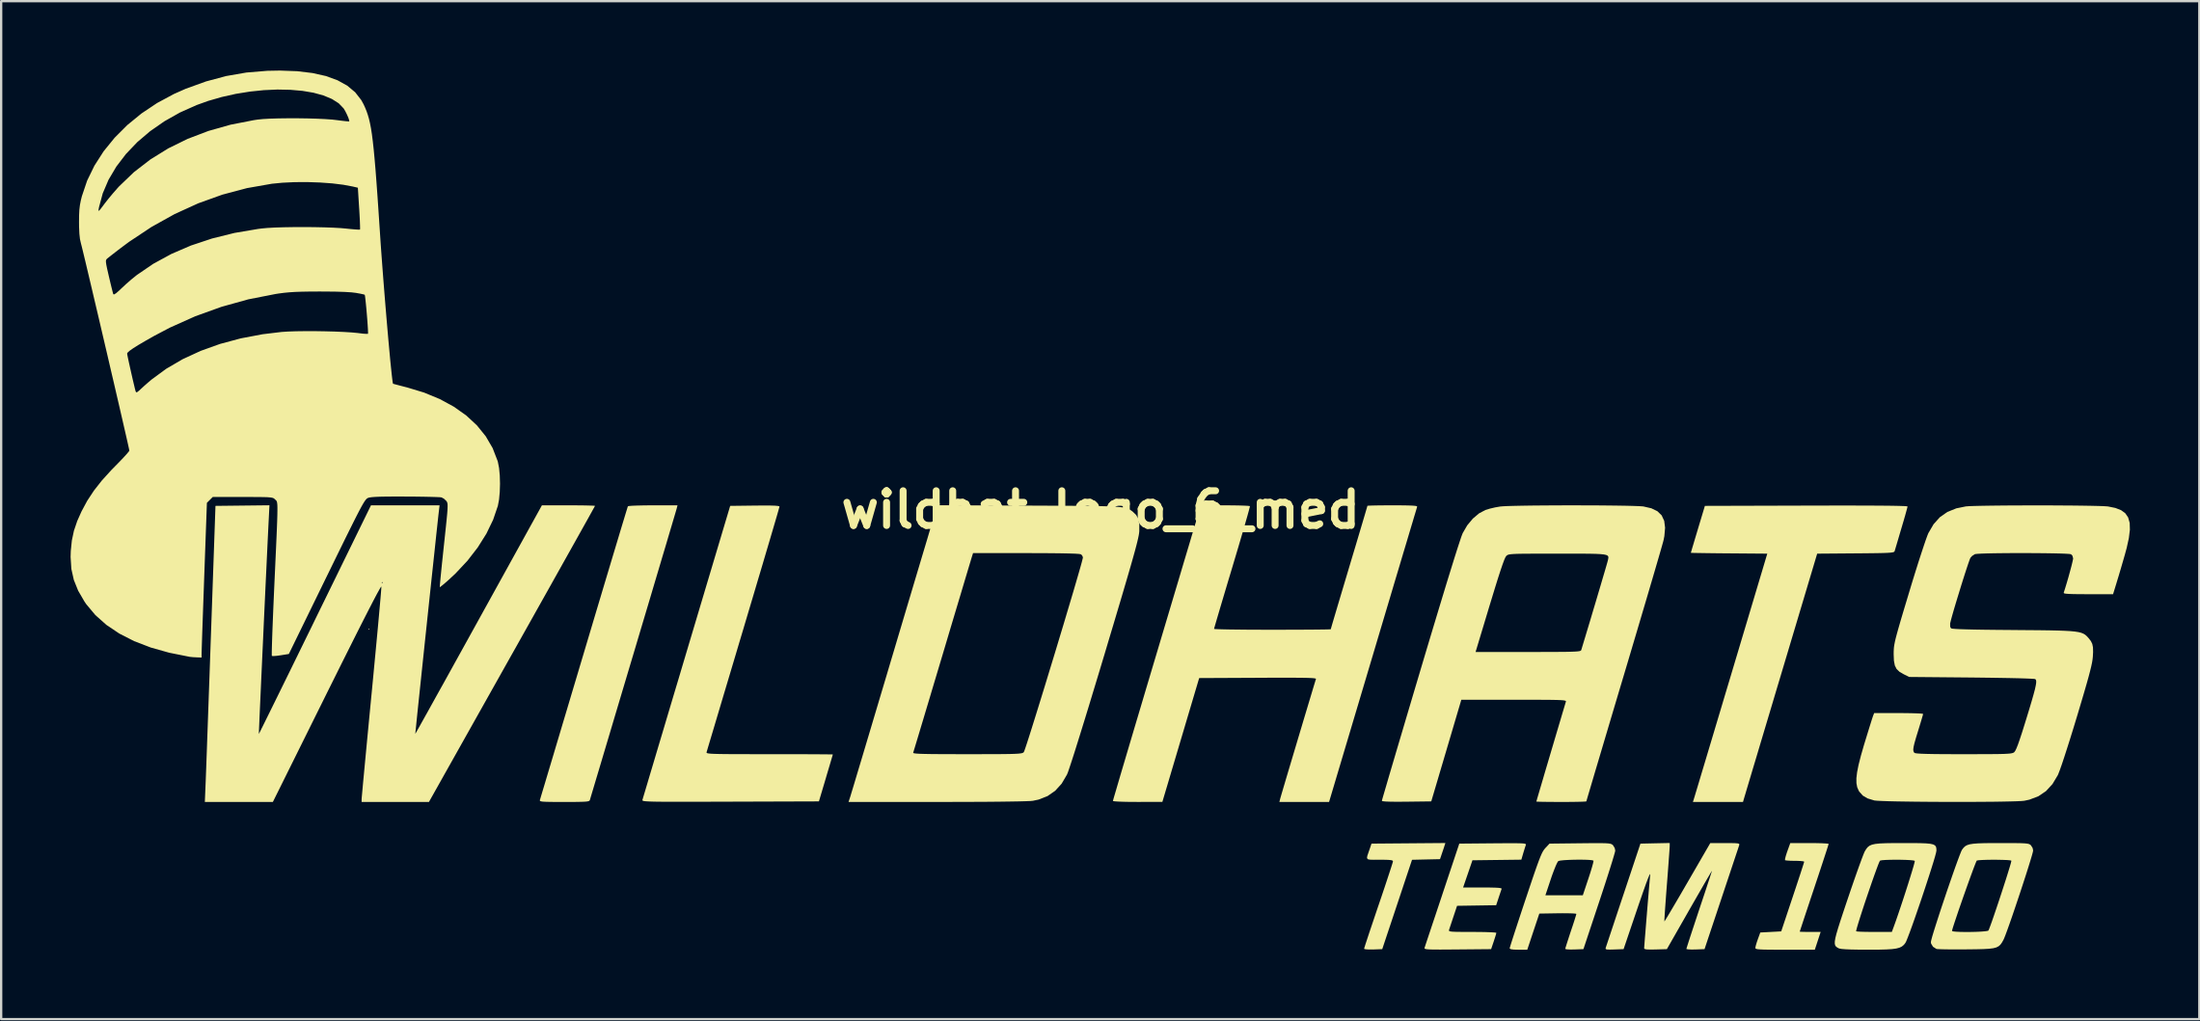
<source format=kicad_pcb>
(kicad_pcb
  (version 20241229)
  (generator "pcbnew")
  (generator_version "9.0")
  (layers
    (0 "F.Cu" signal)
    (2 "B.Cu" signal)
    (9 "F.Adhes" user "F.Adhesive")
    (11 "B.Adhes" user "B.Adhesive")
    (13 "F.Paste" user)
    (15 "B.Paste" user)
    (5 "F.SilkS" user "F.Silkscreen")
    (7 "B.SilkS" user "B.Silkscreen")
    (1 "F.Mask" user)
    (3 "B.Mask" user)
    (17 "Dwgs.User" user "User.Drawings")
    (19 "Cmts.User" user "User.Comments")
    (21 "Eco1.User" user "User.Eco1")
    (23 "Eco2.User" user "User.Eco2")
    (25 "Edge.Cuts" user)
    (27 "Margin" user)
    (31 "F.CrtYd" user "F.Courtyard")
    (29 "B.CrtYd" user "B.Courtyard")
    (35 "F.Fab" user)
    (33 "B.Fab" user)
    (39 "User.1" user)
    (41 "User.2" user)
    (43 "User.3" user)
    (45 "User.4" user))
  (footprint "wildhat_logo_6_med"
    (layer "F.Cu")
    (at 44.503 18.982)
    (property "Reference" "wildhat_logo_6_med" (at 0 0 0) (layer "F.SilkS") (effects (font (size 1.5 1.5) (thickness 0.3))))
    (attr board_only exclude_from_pos_files exclude_from_bom)
    (fp_poly (pts (xy -31.594 5.162) (xy -31.618 5.186) (xy -31.642 5.162) (xy -31.618 5.138)) (stroke (width 0) (type solid)) (fill yes) (layer "F.SilkS"))
    (fp_poly (pts (xy 14.857 14.512) (xy 14.822 14.621) (xy 14.77 14.775) (xy 14.741 14.861) (xy 14.66 15.101) (xy 14.055 15.114) (xy 13.451 15.128) (xy 12.808 17.059) (xy 12.164 18.99) (xy 11.772 19.004) (xy 11.588 19.005) (xy 11.452 18.997) (xy 11.384 18.98) (xy 11.38 18.973) (xy 11.395 18.92) (xy 11.437 18.785) (xy 11.505 18.579) (xy 11.593 18.312) (xy 11.7 17.993) (xy 11.821 17.634) (xy 11.953 17.242) (xy 12.004 17.093) (xy 12.14 16.692) (xy 12.266 16.317) (xy 12.378 15.98) (xy 12.473 15.69) (xy 12.549 15.457) (xy 12.601 15.291) (xy 12.626 15.202) (xy 12.628 15.191) (xy 12.609 15.162) (xy 12.545 15.143) (xy 12.42 15.131) (xy 12.221 15.126) (xy 12.049 15.125) (xy 11.799 15.127) (xy 11.633 15.123) (xy 11.539 15.103) (xy 11.505 15.052) (xy 11.519 14.959) (xy 11.57 14.81) (xy 11.619 14.669) (xy 11.701 14.429) (xy 13.296 14.416) (xy 14.892 14.403)) (stroke (width 0) (type solid)) (fill yes) (layer "F.SilkS"))
    (fp_poly (pts (xy 30.891 14.407) (xy 31.125 14.412) (xy 31.305 14.421) (xy 31.419 14.431) (xy 31.45 14.441) (xy 31.435 14.493) (xy 31.393 14.627) (xy 31.327 14.832) (xy 31.24 15.098) (xy 31.135 15.417) (xy 31.016 15.778) (xy 30.885 16.171) (xy 30.826 16.349) (xy 30.691 16.753) (xy 30.567 17.127) (xy 30.455 17.462) (xy 30.36 17.749) (xy 30.285 17.978) (xy 30.232 18.139) (xy 30.204 18.223) (xy 30.202 18.233) (xy 30.246 18.239) (xy 30.366 18.243) (xy 30.539 18.245) (xy 30.653 18.246) (xy 31.105 18.246) (xy 30.979 18.63) (xy 30.853 19.014) (xy 29.567 19.014) (xy 29.182 19.014) (xy 28.882 19.012) (xy 28.657 19.009) (xy 28.496 19.002) (xy 28.389 18.993) (xy 28.325 18.98) (xy 28.293 18.962) (xy 28.284 18.938) (xy 28.284 18.93) (xy 28.301 18.842) (xy 28.343 18.699) (xy 28.392 18.558) (xy 28.497 18.27) (xy 28.949 18.246) (xy 29.401 18.222) (xy 29.897 16.734) (xy 30.017 16.374) (xy 30.126 16.044) (xy 30.222 15.753) (xy 30.299 15.514) (xy 30.356 15.336) (xy 30.388 15.232) (xy 30.394 15.209) (xy 30.349 15.193) (xy 30.231 15.18) (xy 30.062 15.173) (xy 29.993 15.173) (xy 29.807 15.17) (xy 29.659 15.161) (xy 29.575 15.149) (xy 29.565 15.145) (xy 29.567 15.089) (xy 29.597 14.968) (xy 29.649 14.804) (xy 29.665 14.76) (xy 29.793 14.405) (xy 30.621 14.405)) (stroke (width 0) (type solid)) (fill yes) (layer "F.SilkS"))
    (fp_poly (pts (xy 17.934 14.412) (xy 18.116 14.415) (xy 18.241 14.421) (xy 18.319 14.431) (xy 18.36 14.446) (xy 18.373 14.465) (xy 18.369 14.486) (xy 18.338 14.576) (xy 18.293 14.721) (xy 18.255 14.846) (xy 18.174 15.123) (xy 17.117 15.136) (xy 16.061 15.149) (xy 15.86 15.737) (xy 15.658 16.325) (xy 16.501 16.325) (xy 16.816 16.327) (xy 17.046 16.332) (xy 17.2 16.341) (xy 17.289 16.355) (xy 17.322 16.375) (xy 17.322 16.385) (xy 17.296 16.459) (xy 17.251 16.594) (xy 17.194 16.763) (xy 17.193 16.768) (xy 17.086 17.091) (xy 16.242 17.104) (xy 15.397 17.117) (xy 15.237 17.595) (xy 15.168 17.803) (xy 15.108 17.983) (xy 15.065 18.112) (xy 15.05 18.159) (xy 15.046 18.188) (xy 15.062 18.209) (xy 15.111 18.225) (xy 15.202 18.235) (xy 15.349 18.241) (xy 15.562 18.244) (xy 15.854 18.246) (xy 16.058 18.246) (xy 16.362 18.247) (xy 16.63 18.252) (xy 16.849 18.26) (xy 17.006 18.269) (xy 17.086 18.28) (xy 17.093 18.284) (xy 17.079 18.346) (xy 17.041 18.472) (xy 16.987 18.637) (xy 16.981 18.657) (xy 16.868 18.99) (xy 15.417 19.003) (xy 15.006 19.006) (xy 14.68 19.008) (xy 14.431 19.007) (xy 14.249 19.004) (xy 14.124 18.997) (xy 14.045 18.987) (xy 14.004 18.973) (xy 13.99 18.954) (xy 13.993 18.931) (xy 14.013 18.869) (xy 14.06 18.726) (xy 14.132 18.51) (xy 14.225 18.231) (xy 14.336 17.897) (xy 14.463 17.518) (xy 14.601 17.104) (xy 14.748 16.663) (xy 14.756 16.637) (xy 15.493 14.429) (xy 16.947 14.416) (xy 17.359 14.413) (xy 17.684 14.411)) (stroke (width 0) (type solid)) (fill yes) (layer "F.SilkS"))
    (fp_poly (pts (xy -18.316 -0.06) (xy -18.334 0.001) (xy -18.377 0.149) (xy -18.445 0.378) (xy -18.535 0.683) (xy -18.646 1.057) (xy -18.776 1.497) (xy -18.925 1.996) (xy -19.089 2.548) (xy -19.268 3.149) (xy -19.459 3.793) (xy -19.662 4.474) (xy -19.875 5.187) (xy -20.095 5.927) (xy -20.196 6.266) (xy -20.42 7.015) (xy -20.636 7.739) (xy -20.843 8.433) (xy -21.039 9.091) (xy -21.223 9.709) (xy -21.393 10.28) (xy -21.548 10.8) (xy -21.686 11.263) (xy -21.806 11.663) (xy -21.905 11.995) (xy -21.982 12.253) (xy -22.036 12.434) (xy -22.064 12.53) (xy -22.068 12.544) (xy -22.083 12.571) (xy -22.118 12.592) (xy -22.184 12.607) (xy -22.293 12.617) (xy -22.458 12.623) (xy -22.689 12.627) (xy -22.999 12.628) (xy -23.174 12.628) (xy -23.523 12.628) (xy -23.787 12.626) (xy -23.978 12.621) (xy -24.106 12.614) (xy -24.184 12.602) (xy -24.222 12.585) (xy -24.231 12.562) (xy -24.228 12.544) (xy -24.211 12.489) (xy -24.169 12.347) (xy -24.102 12.123) (xy -24.012 11.824) (xy -23.902 11.454) (xy -23.772 11.019) (xy -23.624 10.525) (xy -23.46 9.975) (xy -23.282 9.377) (xy -23.09 8.735) (xy -22.887 8.054) (xy -22.674 7.341) (xy -22.453 6.6) (xy -22.326 6.175) (xy -22.101 5.421) (xy -21.884 4.693) (xy -21.675 3.995) (xy -21.477 3.333) (xy -21.291 2.712) (xy -21.119 2.138) (xy -20.962 1.616) (xy -20.822 1.15) (xy -20.701 0.747) (xy -20.599 0.412) (xy -20.52 0.15) (xy -20.463 -0.034) (xy -20.432 -0.134) (xy -20.426 -0.151) (xy -20.373 -0.163) (xy -20.237 -0.174) (xy -20.034 -0.182) (xy -19.778 -0.188) (xy -19.482 -0.192) (xy -19.342 -0.192) (xy -18.283 -0.192)) (stroke (width 0) (type solid)) (fill yes) (layer "F.SilkS"))
    (fp_poly (pts (xy 32.751 -0.182) (xy 33.322 -0.18) (xy 33.8 -0.177) (xy 34.188 -0.173) (xy 34.487 -0.167) (xy 34.698 -0.16) (xy 34.821 -0.152) (xy 34.859 -0.143) (xy 34.846 -0.084) (xy 34.809 0.053) (xy 34.754 0.251) (xy 34.683 0.497) (xy 34.601 0.775) (xy 34.592 0.805) (xy 34.508 1.089) (xy 34.433 1.344) (xy 34.37 1.556) (xy 34.325 1.708) (xy 34.302 1.785) (xy 34.301 1.788) (xy 34.289 1.81) (xy 34.259 1.828) (xy 34.203 1.843) (xy 34.11 1.854) (xy 33.972 1.863) (xy 33.78 1.87) (xy 33.522 1.875) (xy 33.191 1.879) (xy 32.777 1.883) (xy 32.616 1.884) (xy 30.955 1.897) (xy 29.427 7.01) (xy 29.222 7.694) (xy 29.025 8.355) (xy 28.836 8.988) (xy 28.657 9.585) (xy 28.491 10.142) (xy 28.339 10.652) (xy 28.202 11.108) (xy 28.084 11.504) (xy 27.985 11.835) (xy 27.908 12.093) (xy 27.855 12.273) (xy 27.826 12.368) (xy 27.824 12.376) (xy 27.75 12.628) (xy 26.668 12.628) (xy 25.586 12.628) (xy 25.621 12.52) (xy 25.639 12.461) (xy 25.683 12.315) (xy 25.751 12.089) (xy 25.841 11.789) (xy 25.951 11.421) (xy 26.08 10.991) (xy 26.226 10.503) (xy 26.387 9.966) (xy 26.561 9.383) (xy 26.747 8.762) (xy 26.942 8.108) (xy 27.146 7.428) (xy 27.228 7.154) (xy 28.799 1.897) (xy 27.148 1.884) (xy 26.76 1.881) (xy 26.405 1.877) (xy 26.093 1.873) (xy 25.836 1.869) (xy 25.644 1.866) (xy 25.527 1.862) (xy 25.497 1.86) (xy 25.51 1.813) (xy 25.547 1.687) (xy 25.604 1.496) (xy 25.676 1.253) (xy 25.761 0.971) (xy 25.8 0.84) (xy 26.103 -0.168) (xy 30.481 -0.18) (xy 31.332 -0.182) (xy 32.089 -0.183)) (stroke (width 0) (type solid)) (fill yes) (layer "F.SilkS"))
    (fp_poly (pts (xy -14.284 -0.183) (xy -14.08 -0.177) (xy -13.95 -0.166) (xy -13.886 -0.15) (xy -13.876 -0.138) (xy -13.89 -0.086) (xy -13.929 0.053) (xy -13.992 0.272) (xy -14.078 0.565) (xy -14.184 0.927) (xy -14.309 1.351) (xy -14.452 1.833) (xy -14.609 2.366) (xy -14.781 2.943) (xy -14.964 3.56) (xy -15.158 4.211) (xy -15.36 4.889) (xy -15.439 5.156) (xy -15.645 5.844) (xy -15.842 6.507) (xy -16.031 7.139) (xy -16.209 7.735) (xy -16.374 8.288) (xy -16.524 8.792) (xy -16.658 9.242) (xy -16.774 9.631) (xy -16.871 9.955) (xy -16.946 10.206) (xy -16.997 10.379) (xy -17.024 10.469) (xy -17.027 10.479) (xy -17.028 10.497) (xy -17.015 10.512) (xy -16.981 10.525) (xy -16.918 10.535) (xy -16.819 10.544) (xy -16.677 10.55) (xy -16.485 10.555) (xy -16.235 10.559) (xy -15.921 10.561) (xy -15.535 10.562) (xy -15.069 10.563) (xy -14.517 10.563) (xy -14.312 10.563) (xy -13.809 10.564) (xy -13.336 10.564) (xy -12.901 10.565) (xy -12.513 10.566) (xy -12.181 10.568) (xy -11.912 10.57) (xy -11.716 10.572) (xy -11.601 10.574) (xy -11.572 10.575) (xy -11.586 10.623) (xy -11.623 10.749) (xy -11.679 10.94) (xy -11.751 11.184) (xy -11.835 11.465) (xy -11.873 11.596) (xy -12.173 12.604) (xy -15.997 12.616) (xy -16.694 12.618) (xy -17.3 12.62) (xy -17.822 12.621) (xy -18.267 12.621) (xy -18.641 12.62) (xy -18.949 12.619) (xy -19.198 12.616) (xy -19.394 12.612) (xy -19.543 12.606) (xy -19.651 12.599) (xy -19.725 12.591) (xy -19.77 12.58) (xy -19.793 12.568) (xy -19.8 12.554) (xy -19.799 12.544) (xy -19.783 12.489) (xy -19.741 12.347) (xy -19.674 12.124) (xy -19.585 11.824) (xy -19.475 11.454) (xy -19.345 11.019) (xy -19.198 10.524) (xy -19.034 9.975) (xy -18.855 9.376) (xy -18.664 8.733) (xy -18.461 8.052) (xy -18.247 7.338) (xy -18.026 6.596) (xy -17.892 6.146) (xy -16.007 -0.168) (xy -14.942 -0.181) (xy -14.568 -0.184)) (stroke (width 0) (type solid)) (fill yes) (layer "F.SilkS"))
    (fp_poly (pts (xy 21.643 14.409) (xy 21.815 14.413) (xy 21.935 14.421) (xy 22.017 14.434) (xy 22.071 14.452) (xy 22.108 14.476) (xy 22.133 14.498) (xy 22.207 14.618) (xy 22.231 14.729) (xy 22.216 14.801) (xy 22.173 14.954) (xy 22.106 15.178) (xy 22.017 15.464) (xy 21.91 15.801) (xy 21.788 16.181) (xy 21.653 16.592) (xy 21.543 16.925) (xy 20.856 18.99) (xy 20.463 19.004) (xy 20.283 19.006) (xy 20.146 18.999) (xy 20.075 18.984) (xy 20.07 18.978) (xy 20.085 18.921) (xy 20.125 18.79) (xy 20.186 18.6) (xy 20.261 18.369) (xy 20.31 18.222) (xy 20.393 17.974) (xy 20.463 17.759) (xy 20.515 17.592) (xy 20.545 17.489) (xy 20.55 17.466) (xy 20.505 17.454) (xy 20.379 17.445) (xy 20.189 17.44) (xy 19.95 17.438) (xy 19.75 17.44) (xy 18.95 17.453) (xy 18.69 18.234) (xy 18.43 19.014) (xy 18.05 19.014) (xy 17.841 19.009) (xy 17.718 18.992) (xy 17.671 18.962) (xy 17.669 18.954) (xy 17.684 18.897) (xy 17.726 18.759) (xy 17.793 18.549) (xy 17.881 18.276) (xy 17.988 17.949) (xy 18.109 17.58) (xy 18.243 17.175) (xy 18.35 16.854) (xy 18.415 16.661) (xy 19.213 16.661) (xy 20.022 16.661) (xy 20.83 16.661) (xy 21.073 15.934) (xy 21.154 15.685) (xy 21.22 15.467) (xy 21.267 15.298) (xy 21.29 15.192) (xy 21.291 15.166) (xy 21.232 15.147) (xy 21.099 15.133) (xy 20.91 15.125) (xy 20.687 15.123) (xy 20.451 15.125) (xy 20.22 15.133) (xy 20.017 15.145) (xy 19.862 15.161) (xy 19.774 15.181) (xy 19.768 15.185) (xy 19.725 15.25) (xy 19.66 15.389) (xy 19.582 15.584) (xy 19.495 15.819) (xy 19.45 15.953) (xy 19.213 16.661) (xy 18.415 16.661) (xy 18.514 16.365) (xy 18.651 15.958) (xy 18.765 15.625) (xy 18.859 15.358) (xy 18.937 15.147) (xy 19.001 14.985) (xy 19.055 14.862) (xy 19.102 14.77) (xy 19.146 14.701) (xy 19.19 14.645) (xy 19.211 14.621) (xy 19.391 14.429) (xy 20.713 14.414) (xy 21.104 14.41) (xy 21.41 14.408)) (stroke (width 0) (type solid)) (fill yes) (layer "F.SilkS"))
    (fp_poly (pts (xy 24.584 14.525) (xy 24.58 14.602) (xy 24.57 14.761) (xy 24.553 14.992) (xy 24.532 15.282) (xy 24.507 15.617) (xy 24.479 15.986) (xy 24.461 16.212) (xy 24.432 16.589) (xy 24.407 16.934) (xy 24.385 17.236) (xy 24.368 17.484) (xy 24.357 17.666) (xy 24.353 17.77) (xy 24.353 17.791) (xy 24.38 17.754) (xy 24.449 17.643) (xy 24.556 17.465) (xy 24.695 17.23) (xy 24.862 16.947) (xy 25.052 16.623) (xy 25.258 16.267) (xy 25.352 16.106) (xy 26.336 14.406) (xy 26.976 14.405) (xy 27.234 14.406) (xy 27.411 14.41) (xy 27.52 14.419) (xy 27.576 14.435) (xy 27.593 14.461) (xy 27.588 14.489) (xy 27.568 14.55) (xy 27.521 14.693) (xy 27.449 14.909) (xy 27.356 15.188) (xy 27.245 15.521) (xy 27.119 15.9) (xy 26.98 16.315) (xy 26.833 16.756) (xy 26.825 16.781) (xy 26.088 18.99) (xy 25.696 19.004) (xy 25.516 19.006) (xy 25.379 18.999) (xy 25.309 18.985) (xy 25.304 18.979) (xy 25.319 18.926) (xy 25.361 18.793) (xy 25.426 18.589) (xy 25.512 18.325) (xy 25.615 18.013) (xy 25.731 17.661) (xy 25.856 17.285) (xy 25.982 16.906) (xy 26.099 16.556) (xy 26.201 16.246) (xy 26.287 15.985) (xy 26.352 15.785) (xy 26.394 15.655) (xy 26.408 15.606) (xy 26.385 15.64) (xy 26.32 15.75) (xy 26.217 15.926) (xy 26.081 16.16) (xy 25.918 16.443) (xy 25.732 16.766) (xy 25.528 17.122) (xy 25.434 17.285) (xy 24.461 18.99) (xy 23.97 19.004) (xy 23.738 19.007) (xy 23.588 19.002) (xy 23.506 18.986) (xy 23.48 18.958) (xy 23.479 18.954) (xy 23.483 18.893) (xy 23.494 18.749) (xy 23.51 18.538) (xy 23.532 18.273) (xy 23.556 17.968) (xy 23.583 17.637) (xy 23.611 17.294) (xy 23.639 16.953) (xy 23.667 16.628) (xy 23.691 16.333) (xy 23.713 16.082) (xy 23.73 15.888) (xy 23.74 15.773) (xy 23.734 15.743) (xy 23.702 15.798) (xy 23.644 15.939) (xy 23.558 16.167) (xy 23.445 16.484) (xy 23.304 16.891) (xy 23.177 17.261) (xy 22.591 18.99) (xy 22.191 19.004) (xy 21.996 19.009) (xy 21.88 19.005) (xy 21.824 18.99) (xy 21.812 18.958) (xy 21.819 18.932) (xy 21.839 18.87) (xy 21.887 18.727) (xy 21.959 18.511) (xy 22.052 18.231) (xy 22.163 17.897) (xy 22.289 17.518) (xy 22.427 17.104) (xy 22.574 16.663) (xy 22.583 16.637) (xy 23.319 14.429) (xy 23.952 14.415) (xy 24.584 14.402)) (stroke (width 0) (type solid)) (fill yes) (layer "F.SilkS"))
    (fp_poly (pts (xy 35.084 14.405) (xy 35.406 14.409) (xy 35.652 14.418) (xy 35.833 14.435) (xy 35.958 14.462) (xy 36.038 14.501) (xy 36.083 14.555) (xy 36.102 14.626) (xy 36.107 14.715) (xy 36.107 14.731) (xy 36.091 14.818) (xy 36.048 14.982) (xy 35.98 15.213) (xy 35.891 15.498) (xy 35.787 15.825) (xy 35.671 16.181) (xy 35.547 16.555) (xy 35.42 16.935) (xy 35.292 17.308) (xy 35.169 17.662) (xy 35.055 17.985) (xy 34.953 18.265) (xy 34.867 18.49) (xy 34.803 18.648) (xy 34.764 18.724) (xy 34.695 18.809) (xy 34.615 18.875) (xy 34.511 18.926) (xy 34.372 18.963) (xy 34.187 18.988) (xy 33.943 19.003) (xy 33.63 19.011) (xy 33.234 19.013) (xy 33.141 19.013) (xy 32.732 19.011) (xy 32.411 19.005) (xy 32.172 18.995) (xy 32.005 18.981) (xy 31.905 18.961) (xy 31.883 18.952) (xy 31.817 18.916) (xy 31.766 18.876) (xy 31.731 18.824) (xy 31.715 18.751) (xy 31.717 18.649) (xy 31.741 18.508) (xy 31.787 18.322) (xy 31.818 18.219) (xy 32.639 18.219) (xy 32.694 18.228) (xy 32.828 18.236) (xy 33.024 18.242) (xy 33.265 18.245) (xy 33.423 18.246) (xy 34.18 18.246) (xy 34.273 17.994) (xy 34.357 17.759) (xy 34.453 17.481) (xy 34.557 17.173) (xy 34.665 16.848) (xy 34.772 16.519) (xy 34.875 16.198) (xy 34.968 15.9) (xy 35.049 15.636) (xy 35.113 15.42) (xy 35.155 15.264) (xy 35.172 15.183) (xy 35.172 15.174) (xy 35.115 15.157) (xy 34.984 15.143) (xy 34.797 15.133) (xy 34.576 15.127) (xy 34.341 15.125) (xy 34.113 15.128) (xy 33.912 15.135) (xy 33.759 15.146) (xy 33.675 15.162) (xy 33.67 15.165) (xy 33.641 15.217) (xy 33.588 15.347) (xy 33.515 15.542) (xy 33.426 15.788) (xy 33.326 16.072) (xy 33.219 16.382) (xy 33.109 16.704) (xy 33.001 17.025) (xy 32.9 17.334) (xy 32.809 17.616) (xy 32.733 17.858) (xy 32.677 18.048) (xy 32.644 18.173) (xy 32.639 18.219) (xy 31.818 18.219) (xy 31.858 18.081) (xy 31.954 17.778) (xy 32.078 17.402) (xy 32.23 16.947) (xy 32.284 16.788) (xy 32.422 16.38) (xy 32.556 15.993) (xy 32.68 15.64) (xy 32.791 15.33) (xy 32.885 15.075) (xy 32.958 14.886) (xy 33.005 14.775) (xy 33.014 14.759) (xy 33.076 14.658) (xy 33.14 14.579) (xy 33.22 14.518) (xy 33.325 14.473) (xy 33.468 14.442) (xy 33.66 14.422) (xy 33.913 14.411) (xy 34.238 14.406) (xy 34.647 14.405) (xy 34.675 14.405)) (stroke (width 0) (type solid)) (fill yes) (layer "F.SilkS"))
    (fp_poly (pts (xy 39.242 14.405) (xy 39.534 14.407) (xy 39.753 14.41) (xy 39.912 14.417) (xy 40.022 14.428) (xy 40.096 14.443) (xy 40.144 14.465) (xy 40.18 14.492) (xy 40.189 14.501) (xy 40.262 14.618) (xy 40.285 14.725) (xy 40.27 14.803) (xy 40.227 14.96) (xy 40.16 15.183) (xy 40.074 15.461) (xy 39.973 15.78) (xy 39.86 16.129) (xy 39.74 16.495) (xy 39.616 16.867) (xy 39.493 17.233) (xy 39.375 17.579) (xy 39.265 17.894) (xy 39.168 18.166) (xy 39.088 18.382) (xy 39.029 18.531) (xy 39.004 18.585) (xy 38.939 18.701) (xy 38.874 18.793) (xy 38.798 18.862) (xy 38.699 18.914) (xy 38.564 18.95) (xy 38.382 18.973) (xy 38.141 18.987) (xy 37.83 18.995) (xy 37.436 18.999) (xy 37.38 19) (xy 37.047 19.001) (xy 36.743 19.001) (xy 36.484 18.998) (xy 36.282 18.993) (xy 36.151 18.987) (xy 36.107 18.981) (xy 35.959 18.886) (xy 35.877 18.751) (xy 35.867 18.682) (xy 35.883 18.601) (xy 35.926 18.441) (xy 35.994 18.215) (xy 35.998 18.202) (xy 36.78 18.202) (xy 36.824 18.222) (xy 36.946 18.235) (xy 37.124 18.244) (xy 37.34 18.248) (xy 37.575 18.247) (xy 37.81 18.242) (xy 38.024 18.232) (xy 38.199 18.218) (xy 38.315 18.201) (xy 38.352 18.186) (xy 38.381 18.123) (xy 38.434 17.983) (xy 38.507 17.781) (xy 38.594 17.529) (xy 38.692 17.241) (xy 38.797 16.929) (xy 38.903 16.606) (xy 39.007 16.287) (xy 39.105 15.984) (xy 39.191 15.709) (xy 39.262 15.477) (xy 39.314 15.301) (xy 39.341 15.193) (xy 39.344 15.166) (xy 39.289 15.151) (xy 39.159 15.139) (xy 38.974 15.132) (xy 38.754 15.127) (xy 38.52 15.126) (xy 38.293 15.129) (xy 38.093 15.136) (xy 37.94 15.146) (xy 37.856 15.16) (xy 37.849 15.163) (xy 37.824 15.214) (xy 37.772 15.342) (xy 37.698 15.535) (xy 37.608 15.78) (xy 37.505 16.064) (xy 37.394 16.373) (xy 37.28 16.695) (xy 37.168 17.017) (xy 37.061 17.325) (xy 36.966 17.607) (xy 36.885 17.849) (xy 36.824 18.038) (xy 36.788 18.161) (xy 36.78 18.202) (xy 35.998 18.202) (xy 36.082 17.934) (xy 36.186 17.611) (xy 36.301 17.258) (xy 36.425 16.887) (xy 36.552 16.508) (xy 36.68 16.136) (xy 36.803 15.781) (xy 36.917 15.456) (xy 37.02 15.173) (xy 37.106 14.943) (xy 37.171 14.779) (xy 37.212 14.693) (xy 37.215 14.689) (xy 37.278 14.607) (xy 37.346 14.543) (xy 37.432 14.494) (xy 37.547 14.458) (xy 37.701 14.434) (xy 37.908 14.418) (xy 38.178 14.409) (xy 38.523 14.405) (xy 38.867 14.405)) (stroke (width 0) (type solid)) (fill yes) (layer "F.SilkS"))
    (fp_poly (pts (xy 5.684 -0.19) (xy 5.958 -0.186) (xy 6.185 -0.179) (xy 6.349 -0.171) (xy 6.437 -0.161) (xy 6.448 -0.156) (xy 6.438 -0.105) (xy 6.403 0.03) (xy 6.345 0.241) (xy 6.266 0.518) (xy 6.169 0.854) (xy 6.056 1.24) (xy 5.93 1.668) (xy 5.792 2.131) (xy 5.683 2.496) (xy 5.538 2.978) (xy 5.402 3.433) (xy 5.277 3.852) (xy 5.166 4.226) (xy 5.071 4.549) (xy 4.994 4.81) (xy 4.938 5.003) (xy 4.905 5.118) (xy 4.898 5.149) (xy 4.944 5.156) (xy 5.078 5.162) (xy 5.29 5.168) (xy 5.571 5.174) (xy 5.913 5.178) (xy 6.307 5.182) (xy 6.743 5.184) (xy 7.213 5.186) (xy 7.418 5.186) (xy 7.9 5.185) (xy 8.352 5.184) (xy 8.765 5.182) (xy 9.129 5.18) (xy 9.437 5.177) (xy 9.679 5.174) (xy 9.847 5.17) (xy 9.931 5.166) (xy 9.939 5.164) (xy 9.953 5.116) (xy 9.991 4.983) (xy 10.052 4.776) (xy 10.134 4.5) (xy 10.233 4.166) (xy 10.348 3.78) (xy 10.476 3.352) (xy 10.614 2.889) (xy 10.731 2.497) (xy 10.876 2.012) (xy 11.013 1.555) (xy 11.138 1.135) (xy 11.25 0.759) (xy 11.346 0.435) (xy 11.424 0.172) (xy 11.481 -0.022) (xy 11.515 -0.139) (xy 11.524 -0.171) (xy 11.569 -0.177) (xy 11.698 -0.182) (xy 11.895 -0.187) (xy 12.148 -0.19) (xy 12.442 -0.192) (xy 12.609 -0.192) (xy 12.973 -0.191) (xy 13.25 -0.187) (xy 13.45 -0.18) (xy 13.581 -0.17) (xy 13.652 -0.156) (xy 13.674 -0.136) (xy 13.673 -0.132) (xy 13.657 -0.08) (xy 13.616 0.059) (xy 13.549 0.28) (xy 13.461 0.577) (xy 13.351 0.944) (xy 13.222 1.377) (xy 13.074 1.87) (xy 12.911 2.418) (xy 12.732 3.015) (xy 12.541 3.657) (xy 12.338 4.338) (xy 12.125 5.052) (xy 11.904 5.794) (xy 11.76 6.278) (xy 9.867 12.628) (xy 8.794 12.628) (xy 7.72 12.628) (xy 7.752 12.5) (xy 7.772 12.429) (xy 7.816 12.278) (xy 7.881 12.057) (xy 7.964 11.776) (xy 8.062 11.446) (xy 8.172 11.076) (xy 8.291 10.677) (xy 8.416 10.26) (xy 8.543 9.833) (xy 8.67 9.409) (xy 8.793 8.997) (xy 8.91 8.607) (xy 9.017 8.25) (xy 9.112 7.935) (xy 9.19 7.674) (xy 9.25 7.476) (xy 9.288 7.352) (xy 9.301 7.313) (xy 9.293 7.299) (xy 9.251 7.287) (xy 9.169 7.277) (xy 9.04 7.27) (xy 8.856 7.264) (xy 8.613 7.261) (xy 8.301 7.259) (xy 7.916 7.258) (xy 7.449 7.259) (xy 6.894 7.261) (xy 6.79 7.262) (xy 4.255 7.274) (xy 3.46 9.95) (xy 2.665 12.626) (xy 1.597 12.627) (xy 1.264 12.626) (xy 0.981 12.62) (xy 0.757 12.612) (xy 0.603 12.601) (xy 0.532 12.588) (xy 0.528 12.584) (xy 0.542 12.533) (xy 0.581 12.396) (xy 0.645 12.178) (xy 0.731 11.884) (xy 0.838 11.519) (xy 0.965 11.09) (xy 1.11 10.602) (xy 1.271 10.059) (xy 1.446 9.468) (xy 1.635 8.835) (xy 1.835 8.163) (xy 2.044 7.459) (xy 2.262 6.729) (xy 2.324 6.522) (xy 2.546 5.778) (xy 2.761 5.056) (xy 2.969 4.361) (xy 3.166 3.698) (xy 3.353 3.074) (xy 3.525 2.494) (xy 3.683 1.965) (xy 3.825 1.491) (xy 3.947 1.079) (xy 4.05 0.735) (xy 4.131 0.465) (xy 4.188 0.273) (xy 4.219 0.167) (xy 4.222 0.156) (xy 4.325 -0.192) (xy 5.377 -0.192)) (stroke (width 0) (type solid)) (fill yes) (layer "F.SilkS"))
    (fp_poly (pts (xy -35.943 0.419) (xy -35.955 0.655) (xy -35.97 0.961) (xy -35.988 1.329) (xy -36.008 1.752) (xy -36.03 2.222) (xy -36.054 2.73) (xy -36.08 3.269) (xy -36.106 3.83) (xy -36.133 4.407) (xy -36.16 4.991) (xy -36.186 5.575) (xy -36.213 6.149) (xy -36.238 6.708) (xy -36.263 7.241) (xy -36.285 7.743) (xy -36.306 8.204) (xy -36.325 8.618) (xy -36.341 8.975) (xy -36.353 9.269) (xy -36.363 9.49) (xy -36.368 9.633) (xy -36.37 9.688) (xy -36.37 9.688) (xy -36.348 9.647) (xy -36.287 9.526) (xy -36.189 9.329) (xy -36.057 9.062) (xy -35.893 8.73) (xy -35.7 8.338) (xy -35.481 7.893) (xy -35.239 7.399) (xy -34.975 6.862) (xy -34.693 6.286) (xy -34.396 5.679) (xy -34.085 5.044) (xy -33.944 4.754) (xy -33.157 3.145) (xy -31.066 3.145) (xy -31.042 3.169) (xy -31.018 3.145) (xy -31.042 3.121) (xy -31.066 3.145) (xy -33.157 3.145) (xy -31.526 -0.192) (xy -30.044 -0.192) (xy -28.562 -0.192) (xy -28.592 0.06) (xy -28.607 0.187) (xy -28.63 0.395) (xy -28.66 0.676) (xy -28.698 1.022) (xy -28.741 1.426) (xy -28.789 1.879) (xy -28.842 2.374) (xy -28.899 2.903) (xy -28.958 3.459) (xy -29.019 4.033) (xy -29.081 4.618) (xy -29.143 5.206) (xy -29.205 5.789) (xy -29.265 6.36) (xy -29.323 6.911) (xy -29.378 7.434) (xy -29.429 7.921) (xy -29.476 8.364) (xy -29.517 8.757) (xy -29.551 9.09) (xy -29.578 9.357) (xy -29.598 9.549) (xy -29.609 9.658) (xy -29.61 9.682) (xy -29.586 9.642) (xy -29.519 9.523) (xy -29.411 9.331) (xy -29.265 9.069) (xy -29.084 8.745) (xy -28.872 8.362) (xy -28.63 7.926) (xy -28.361 7.443) (xy -28.07 6.917) (xy -27.758 6.353) (xy -27.428 5.757) (xy -27.084 5.134) (xy -26.871 4.749) (xy -24.141 -0.192) (xy -22.994 -0.192) (xy -22.673 -0.191) (xy -22.388 -0.189) (xy -22.149 -0.184) (xy -21.972 -0.179) (xy -21.868 -0.173) (xy -21.847 -0.169) (xy -21.87 -0.125) (xy -21.938 -0.002) (xy -22.047 0.195) (xy -22.196 0.463) (xy -22.382 0.796) (xy -22.602 1.19) (xy -22.854 1.64) (xy -23.135 2.142) (xy -23.443 2.692) (xy -23.774 3.284) (xy -24.128 3.914) (xy -24.5 4.578) (xy -24.889 5.271) (xy -25.291 5.988) (xy -25.434 6.241) (xy -29.021 12.628) (xy -30.475 12.628) (xy -31.93 12.628) (xy -31.93 12.517) (xy -31.926 12.454) (xy -31.912 12.302) (xy -31.891 12.068) (xy -31.863 11.759) (xy -31.827 11.382) (xy -31.786 10.944) (xy -31.739 10.45) (xy -31.688 9.909) (xy -31.632 9.327) (xy -31.573 8.711) (xy -31.511 8.068) (xy -31.496 7.919) (xy -31.434 7.27) (xy -31.375 6.647) (xy -31.319 6.057) (xy -31.267 5.506) (xy -31.22 5.001) (xy -31.179 4.549) (xy -31.144 4.157) (xy -31.115 3.832) (xy -31.094 3.58) (xy -31.081 3.409) (xy -31.076 3.325) (xy -31.076 3.319) (xy -31.1 3.341) (xy -31.164 3.449) (xy -31.271 3.642) (xy -31.418 3.921) (xy -31.605 4.284) (xy -31.834 4.732) (xy -32.103 5.263) (xy -32.411 5.878) (xy -32.76 6.575) (xy -33.148 7.355) (xy -33.427 7.916) (xy -35.764 12.628) (xy -37.234 12.628) (xy -38.703 12.628) (xy -38.672 11.872) (xy -38.666 11.724) (xy -38.657 11.488) (xy -38.645 11.17) (xy -38.631 10.777) (xy -38.614 10.316) (xy -38.596 9.794) (xy -38.575 9.219) (xy -38.553 8.596) (xy -38.529 7.934) (xy -38.504 7.239) (xy -38.479 6.519) (xy -38.453 5.78) (xy -38.442 5.474) (xy -38.244 -0.168) (xy -37.078 -0.181) (xy -35.912 -0.194)) (stroke (width 0) (type solid)) (fill yes) (layer "F.SilkS"))
    (fp_poly (pts (xy -3.104 -0.18) (xy -2.377 -0.177) (xy -1.74 -0.174) (xy -1.185 -0.171) (xy -0.708 -0.167) (xy -0.301 -0.162) (xy 0.042 -0.156) (xy 0.328 -0.148) (xy 0.562 -0.138) (xy 0.752 -0.125) (xy 0.903 -0.109) (xy 1.022 -0.091) (xy 1.116 -0.068) (xy 1.191 -0.041) (xy 1.252 -0.01) (xy 1.308 0.025) (xy 1.363 0.066) (xy 1.386 0.083) (xy 1.534 0.226) (xy 1.626 0.4) (xy 1.669 0.624) (xy 1.668 0.916) (xy 1.667 0.936) (xy 1.659 1.011) (xy 1.644 1.105) (xy 1.619 1.225) (xy 1.584 1.376) (xy 1.537 1.562) (xy 1.476 1.79) (xy 1.4 2.064) (xy 1.308 2.389) (xy 1.197 2.772) (xy 1.067 3.217) (xy 0.916 3.73) (xy 0.742 4.315) (xy 0.544 4.979) (xy 0.32 5.726) (xy 0.175 6.213) (xy -0.057 6.984) (xy -0.277 7.71) (xy -0.482 8.386) (xy -0.672 9.008) (xy -0.846 9.57) (xy -1.001 10.068) (xy -1.136 10.498) (xy -1.251 10.855) (xy -1.343 11.134) (xy -1.41 11.331) (xy -1.453 11.44) (xy -1.456 11.446) (xy -1.686 11.837) (xy -1.966 12.146) (xy -2.297 12.375) (xy -2.683 12.526) (xy -2.929 12.578) (xy -3.038 12.588) (xy -3.239 12.596) (xy -3.527 12.604) (xy -3.897 12.61) (xy -4.345 12.616) (xy -4.867 12.621) (xy -5.458 12.624) (xy -6.113 12.626) (xy -6.828 12.628) (xy -7.067 12.628) (xy -10.894 12.628) (xy -10.826 12.424) (xy -10.804 12.353) (xy -10.757 12.196) (xy -10.685 11.959) (xy -10.591 11.646) (xy -10.477 11.264) (xy -10.343 10.818) (xy -10.248 10.5) (xy -8.101 10.5) (xy -8.091 10.515) (xy -8.047 10.527) (xy -7.96 10.537) (xy -7.825 10.546) (xy -7.633 10.552) (xy -7.378 10.557) (xy -7.052 10.56) (xy -6.65 10.562) (xy -6.164 10.563) (xy -5.767 10.563) (xy -5.229 10.563) (xy -4.778 10.562) (xy -4.407 10.561) (xy -4.108 10.558) (xy -3.872 10.554) (xy -3.691 10.548) (xy -3.557 10.54) (xy -3.463 10.53) (xy -3.398 10.518) (xy -3.357 10.502) (xy -3.33 10.483) (xy -3.323 10.477) (xy -3.299 10.422) (xy -3.25 10.282) (xy -3.178 10.066) (xy -3.087 9.782) (xy -2.978 9.438) (xy -2.854 9.042) (xy -2.717 8.601) (xy -2.57 8.125) (xy -2.414 7.62) (xy -2.254 7.094) (xy -2.09 6.557) (xy -1.925 6.015) (xy -1.763 5.477) (xy -1.604 4.951) (xy -1.453 4.444) (xy -1.31 3.964) (xy -1.178 3.521) (xy -1.061 3.121) (xy -0.96 2.772) (xy -0.877 2.483) (xy -0.816 2.262) (xy -0.779 2.116) (xy -0.767 2.054) (xy -0.806 1.967) (xy -0.861 1.922) (xy -0.935 1.909) (xy -1.102 1.898) (xy -1.361 1.889) (xy -1.709 1.882) (xy -2.145 1.877) (xy -2.665 1.874) (xy -3.234 1.873) (xy -5.514 1.873) (xy -5.563 2.029) (xy -5.584 2.097) (xy -5.63 2.251) (xy -5.7 2.482) (xy -5.791 2.786) (xy -5.901 3.154) (xy -6.028 3.58) (xy -6.171 4.057) (xy -6.327 4.578) (xy -6.494 5.136) (xy -6.669 5.725) (xy -6.844 6.311) (xy -7.026 6.92) (xy -7.201 7.503) (xy -7.365 8.054) (xy -7.519 8.566) (xy -7.658 9.033) (xy -7.783 9.447) (xy -7.889 9.802) (xy -7.976 10.091) (xy -8.042 10.309) (xy -8.084 10.447) (xy -8.101 10.5) (xy -10.248 10.5) (xy -10.192 10.313) (xy -10.026 9.757) (xy -9.846 9.154) (xy -9.654 8.509) (xy -9.451 7.829) (xy -9.239 7.119) (xy -9.021 6.385) (xy -8.978 6.242) (xy -8.758 5.503) (xy -8.545 4.788) (xy -8.34 4.1) (xy -8.145 3.447) (xy -7.962 2.833) (xy -7.792 2.265) (xy -7.638 1.749) (xy -7.5 1.289) (xy -7.382 0.891) (xy -7.283 0.562) (xy -7.206 0.307) (xy -7.153 0.131) (xy -7.126 0.041) (xy -7.123 0.034) (xy -7.049 -0.196)) (stroke (width 0) (type solid)) (fill yes) (layer "F.SilkS"))
    (fp_poly (pts (xy 21.024 -0.19) (xy 21.5 -0.188) (xy 21.95 -0.184) (xy 22.363 -0.179) (xy 22.728 -0.173) (xy 23.034 -0.165) (xy 23.269 -0.156) (xy 23.422 -0.146) (xy 23.452 -0.142) (xy 23.791 -0.064) (xy 24.052 0.063) (xy 24.236 0.242) (xy 24.346 0.479) (xy 24.384 0.775) (xy 24.353 1.136) (xy 24.322 1.296) (xy 24.3 1.382) (xy 24.252 1.554) (xy 24.18 1.806) (xy 24.086 2.131) (xy 23.971 2.524) (xy 23.838 2.979) (xy 23.688 3.489) (xy 23.523 4.049) (xy 23.344 4.652) (xy 23.155 5.292) (xy 22.955 5.964) (xy 22.748 6.661) (xy 22.619 7.093) (xy 22.409 7.796) (xy 22.207 8.473) (xy 22.015 9.119) (xy 21.834 9.727) (xy 21.666 10.293) (xy 21.512 10.811) (xy 21.374 11.274) (xy 21.255 11.677) (xy 21.155 12.015) (xy 21.076 12.282) (xy 21.02 12.472) (xy 20.989 12.58) (xy 20.983 12.603) (xy 20.937 12.61) (xy 20.809 12.617) (xy 20.611 12.622) (xy 20.359 12.626) (xy 20.065 12.628) (xy 19.902 12.628) (xy 19.592 12.627) (xy 19.316 12.625) (xy 19.089 12.622) (xy 18.924 12.618) (xy 18.834 12.613) (xy 18.822 12.611) (xy 18.835 12.564) (xy 18.872 12.436) (xy 18.93 12.238) (xy 19.006 11.981) (xy 19.096 11.676) (xy 19.196 11.334) (xy 19.305 10.966) (xy 19.418 10.583) (xy 19.533 10.197) (xy 19.645 9.817) (xy 19.752 9.456) (xy 19.851 9.124) (xy 19.937 8.832) (xy 20.009 8.591) (xy 20.062 8.413) (xy 20.094 8.308) (xy 20.098 8.295) (xy 20.1 8.275) (xy 20.087 8.259) (xy 20.05 8.246) (xy 19.982 8.235) (xy 19.875 8.227) (xy 19.722 8.221) (xy 19.514 8.216) (xy 19.243 8.214) (xy 18.901 8.212) (xy 18.481 8.211) (xy 17.974 8.211) (xy 17.853 8.211) (xy 15.581 8.211) (xy 14.932 10.408) (xy 14.282 12.604) (xy 13.215 12.617) (xy 12.818 12.62) (xy 12.515 12.617) (xy 12.304 12.609) (xy 12.182 12.596) (xy 12.148 12.579) (xy 12.161 12.528) (xy 12.2 12.39) (xy 12.264 12.171) (xy 12.35 11.877) (xy 12.456 11.514) (xy 12.582 11.087) (xy 12.725 10.602) (xy 12.884 10.065) (xy 13.057 9.481) (xy 13.242 8.856) (xy 13.438 8.196) (xy 13.643 7.506) (xy 13.809 6.948) (xy 14.048 6.146) (xy 16.197 6.146) (xy 18.467 6.146) (xy 18.993 6.146) (xy 19.432 6.145) (xy 19.791 6.143) (xy 20.079 6.141) (xy 20.302 6.136) (xy 20.47 6.13) (xy 20.591 6.122) (xy 20.672 6.112) (xy 20.722 6.099) (xy 20.749 6.083) (xy 20.761 6.064) (xy 20.762 6.062) (xy 20.839 5.808) (xy 20.931 5.504) (xy 21.034 5.161) (xy 21.145 4.793) (xy 21.259 4.409) (xy 21.375 4.021) (xy 21.487 3.642) (xy 21.594 3.283) (xy 21.69 2.955) (xy 21.774 2.671) (xy 21.841 2.441) (xy 21.888 2.277) (xy 21.911 2.192) (xy 21.913 2.185) (xy 21.927 2.117) (xy 21.934 2.062) (xy 21.927 2.016) (xy 21.896 1.98) (xy 21.835 1.952) (xy 21.735 1.931) (xy 21.588 1.916) (xy 21.387 1.906) (xy 21.124 1.9) (xy 20.79 1.897) (xy 20.378 1.897) (xy 19.88 1.897) (xy 19.737 1.897) (xy 19.232 1.897) (xy 18.814 1.897) (xy 18.475 1.899) (xy 18.205 1.901) (xy 17.996 1.905) (xy 17.839 1.912) (xy 17.726 1.921) (xy 17.648 1.932) (xy 17.595 1.947) (xy 17.559 1.966) (xy 17.532 1.989) (xy 17.52 2.001) (xy 17.482 2.061) (xy 17.429 2.183) (xy 17.359 2.373) (xy 17.27 2.634) (xy 17.161 2.972) (xy 17.03 3.392) (xy 16.876 3.897) (xy 16.806 4.126) (xy 16.197 6.146) (xy 14.048 6.146) (xy 14.079 6.042) (xy 14.331 5.202) (xy 14.564 4.43) (xy 14.776 3.729) (xy 14.967 3.102) (xy 15.137 2.551) (xy 15.284 2.079) (xy 15.408 1.688) (xy 15.508 1.382) (xy 15.582 1.161) (xy 15.632 1.03) (xy 15.641 1.009) (xy 15.836 0.673) (xy 16.077 0.383) (xy 16.346 0.156) (xy 16.618 0.011) (xy 16.806 -0.047) (xy 17.038 -0.102) (xy 17.257 -0.14) (xy 17.386 -0.151) (xy 17.599 -0.161) (xy 17.887 -0.169) (xy 18.236 -0.176) (xy 18.637 -0.182) (xy 19.078 -0.186) (xy 19.548 -0.189) (xy 20.037 -0.191) (xy 20.532 -0.191)) (stroke (width 0) (type solid)) (fill yes) (layer "F.SilkS"))
    (fp_poly (pts (xy 41.103 -0.188) (xy 41.577 -0.185) (xy 42.024 -0.182) (xy 42.435 -0.177) (xy 42.798 -0.171) (xy 43.102 -0.164) (xy 43.337 -0.156) (xy 43.49 -0.146) (xy 43.526 -0.142) (xy 43.837 -0.079) (xy 44.083 0.017) (xy 44.267 0.152) (xy 44.39 0.333) (xy 44.456 0.567) (xy 44.465 0.861) (xy 44.421 1.221) (xy 44.326 1.653) (xy 44.244 1.954) (xy 44.157 2.256) (xy 44.065 2.57) (xy 43.978 2.864) (xy 43.904 3.108) (xy 43.882 3.181) (xy 43.738 3.649) (xy 42.661 3.649) (xy 42.298 3.648) (xy 42.023 3.644) (xy 41.825 3.637) (xy 41.695 3.627) (xy 41.624 3.612) (xy 41.604 3.593) (xy 41.605 3.589) (xy 41.665 3.401) (xy 41.734 3.173) (xy 41.806 2.926) (xy 41.874 2.678) (xy 41.935 2.452) (xy 41.981 2.265) (xy 42.008 2.138) (xy 42.013 2.099) (xy 41.977 1.976) (xy 41.92 1.922) (xy 41.851 1.91) (xy 41.698 1.9) (xy 41.473 1.891) (xy 41.191 1.884) (xy 40.862 1.879) (xy 40.499 1.875) (xy 40.116 1.873) (xy 39.723 1.872) (xy 39.335 1.873) (xy 38.963 1.876) (xy 38.619 1.88) (xy 38.317 1.886) (xy 38.069 1.894) (xy 37.887 1.904) (xy 37.783 1.915) (xy 37.77 1.918) (xy 37.649 1.995) (xy 37.577 2.075) (xy 37.546 2.146) (xy 37.493 2.296) (xy 37.421 2.509) (xy 37.336 2.77) (xy 37.242 3.066) (xy 37.144 3.382) (xy 37.045 3.704) (xy 36.95 4.016) (xy 36.864 4.305) (xy 36.792 4.556) (xy 36.737 4.755) (xy 36.705 4.887) (xy 36.699 4.914) (xy 36.701 5.058) (xy 36.739 5.124) (xy 36.791 5.138) (xy 36.914 5.149) (xy 37.111 5.16) (xy 37.387 5.169) (xy 37.744 5.178) (xy 38.187 5.185) (xy 38.718 5.191) (xy 39.342 5.196) (xy 39.421 5.197) (xy 40.029 5.202) (xy 40.548 5.206) (xy 40.987 5.212) (xy 41.354 5.22) (xy 41.655 5.231) (xy 41.899 5.245) (xy 42.093 5.264) (xy 42.246 5.288) (xy 42.364 5.318) (xy 42.456 5.355) (xy 42.53 5.399) (xy 42.593 5.453) (xy 42.652 5.516) (xy 42.68 5.547) (xy 42.779 5.674) (xy 42.84 5.799) (xy 42.87 5.948) (xy 42.875 6.147) (xy 42.864 6.355) (xy 42.852 6.467) (xy 42.831 6.6) (xy 42.796 6.764) (xy 42.747 6.966) (xy 42.681 7.216) (xy 42.596 7.521) (xy 42.489 7.892) (xy 42.358 8.335) (xy 42.201 8.861) (xy 42.18 8.931) (xy 42.03 9.424) (xy 41.886 9.888) (xy 41.752 10.311) (xy 41.631 10.685) (xy 41.526 11.001) (xy 41.439 11.248) (xy 41.374 11.417) (xy 41.351 11.47) (xy 41.12 11.855) (xy 40.841 12.159) (xy 40.51 12.383) (xy 40.123 12.53) (xy 39.901 12.577) (xy 39.78 12.588) (xy 39.576 12.598) (xy 39.299 12.606) (xy 38.959 12.613) (xy 38.566 12.619) (xy 38.132 12.622) (xy 37.666 12.625) (xy 37.179 12.626) (xy 36.681 12.626) (xy 36.183 12.624) (xy 35.695 12.621) (xy 35.228 12.617) (xy 34.791 12.611) (xy 34.396 12.605) (xy 34.052 12.597) (xy 33.771 12.587) (xy 33.562 12.577) (xy 33.436 12.566) (xy 33.419 12.562) (xy 33.134 12.476) (xy 32.925 12.353) (xy 32.773 12.182) (xy 32.745 12.134) (xy 32.683 11.988) (xy 32.651 11.814) (xy 32.649 11.602) (xy 32.68 11.341) (xy 32.743 11.023) (xy 32.841 10.638) (xy 32.974 10.175) (xy 33.002 10.083) (xy 33.096 9.776) (xy 33.183 9.493) (xy 33.259 9.25) (xy 33.318 9.062) (xy 33.357 8.944) (xy 33.366 8.918) (xy 33.416 8.787) (xy 34.474 8.787) (xy 34.781 8.788) (xy 35.053 8.793) (xy 35.276 8.8) (xy 35.437 8.808) (xy 35.522 8.819) (xy 35.531 8.823) (xy 35.518 8.88) (xy 35.48 9.011) (xy 35.424 9.2) (xy 35.354 9.43) (xy 35.315 9.555) (xy 35.222 9.859) (xy 35.158 10.085) (xy 35.12 10.248) (xy 35.106 10.36) (xy 35.114 10.436) (xy 35.141 10.489) (xy 35.157 10.506) (xy 35.198 10.521) (xy 35.292 10.533) (xy 35.446 10.543) (xy 35.665 10.551) (xy 35.956 10.557) (xy 36.325 10.561) (xy 36.779 10.563) (xy 37.288 10.563) (xy 37.791 10.563) (xy 38.207 10.562) (xy 38.545 10.56) (xy 38.813 10.557) (xy 39.02 10.552) (xy 39.175 10.544) (xy 39.287 10.535) (xy 39.365 10.522) (xy 39.418 10.507) (xy 39.454 10.488) (xy 39.467 10.478) (xy 39.508 10.425) (xy 39.56 10.321) (xy 39.625 10.159) (xy 39.705 9.93) (xy 39.805 9.627) (xy 39.926 9.242) (xy 39.978 9.074) (xy 40.114 8.629) (xy 40.222 8.267) (xy 40.304 7.979) (xy 40.363 7.757) (xy 40.399 7.59) (xy 40.417 7.471) (xy 40.416 7.391) (xy 40.399 7.342) (xy 40.374 7.317) (xy 40.315 7.308) (xy 40.169 7.3) (xy 39.945 7.291) (xy 39.651 7.282) (xy 39.296 7.274) (xy 38.89 7.267) (xy 38.441 7.26) (xy 37.959 7.254) (xy 37.62 7.25) (xy 34.931 7.226) (xy 34.703 7.114) (xy 34.515 7.006) (xy 34.387 6.884) (xy 34.309 6.73) (xy 34.27 6.522) (xy 34.259 6.242) (xy 34.26 6.135) (xy 34.264 6.036) (xy 34.272 5.935) (xy 34.289 5.824) (xy 34.315 5.692) (xy 34.353 5.532) (xy 34.406 5.333) (xy 34.475 5.086) (xy 34.563 4.782) (xy 34.673 4.411) (xy 34.807 3.965) (xy 34.924 3.577) (xy 35.062 3.12) (xy 35.198 2.68) (xy 35.328 2.268) (xy 35.449 1.894) (xy 35.556 1.57) (xy 35.646 1.305) (xy 35.716 1.113) (xy 35.759 1.009) (xy 35.983 0.625) (xy 36.254 0.322) (xy 36.578 0.095) (xy 36.964 -0.061) (xy 37.376 -0.145) (xy 37.501 -0.155) (xy 37.711 -0.163) (xy 37.994 -0.17) (xy 38.339 -0.176) (xy 38.736 -0.181) (xy 39.173 -0.185) (xy 39.639 -0.187) (xy 40.124 -0.189) (xy 40.615 -0.189)) (stroke (width 0) (type solid)) (fill yes) (layer "F.SilkS"))
    (fp_poly (pts (xy -34.717 -18.955) (xy -34.055 -18.876) (xy -33.473 -18.746) (xy -32.972 -18.563) (xy -32.55 -18.33) (xy -32.208 -18.044) (xy -31.944 -17.705) (xy -31.843 -17.52) (xy -31.777 -17.375) (xy -31.717 -17.228) (xy -31.663 -17.071) (xy -31.613 -16.9) (xy -31.568 -16.706) (xy -31.525 -16.484) (xy -31.485 -16.227) (xy -31.447 -15.927) (xy -31.409 -15.58) (xy -31.371 -15.178) (xy -31.331 -14.714) (xy -31.29 -14.181) (xy -31.246 -13.575) (xy -31.199 -12.887) (xy -31.147 -12.111) (xy -31.135 -11.932) (xy -31.104 -11.466) (xy -31.068 -10.968) (xy -31.029 -10.447) (xy -30.988 -9.911) (xy -30.945 -9.369) (xy -30.901 -8.829) (xy -30.857 -8.3) (xy -30.813 -7.791) (xy -30.771 -7.309) (xy -30.73 -6.865) (xy -30.693 -6.465) (xy -30.658 -6.12) (xy -30.628 -5.836) (xy -30.603 -5.624) (xy -30.584 -5.491) (xy -30.572 -5.447) (xy -30.524 -5.433) (xy -30.401 -5.4) (xy -30.221 -5.353) (xy -30.002 -5.296) (xy -29.971 -5.289) (xy -29.228 -5.064) (xy -28.551 -4.784) (xy -27.943 -4.453) (xy -27.407 -4.073) (xy -26.948 -3.647) (xy -26.568 -3.177) (xy -26.27 -2.666) (xy -26.057 -2.117) (xy -26.041 -2.059) (xy -25.991 -1.801) (xy -25.961 -1.48) (xy -25.951 -1.126) (xy -25.962 -0.77) (xy -25.992 -0.442) (xy -26.043 -0.172) (xy -26.044 -0.168) (xy -26.248 0.431) (xy -26.539 1.033) (xy -26.913 1.628) (xy -27.36 2.206) (xy -27.875 2.756) (xy -28.15 3.012) (xy -28.308 3.151) (xy -28.438 3.261) (xy -28.525 3.329) (xy -28.553 3.345) (xy -28.551 3.296) (xy -28.54 3.161) (xy -28.521 2.953) (xy -28.494 2.68) (xy -28.461 2.354) (xy -28.422 1.986) (xy -28.38 1.585) (xy -28.374 1.535) (xy -28.325 1.074) (xy -28.285 0.699) (xy -28.255 0.4) (xy -28.233 0.167) (xy -28.22 -0.008) (xy -28.215 -0.136) (xy -28.216 -0.226) (xy -28.225 -0.288) (xy -28.24 -0.332) (xy -28.26 -0.366) (xy -28.271 -0.381) (xy -28.374 -0.479) (xy -28.477 -0.534) (xy -28.553 -0.543) (xy -28.712 -0.55) (xy -28.942 -0.557) (xy -29.228 -0.563) (xy -29.558 -0.568) (xy -29.92 -0.571) (xy -30.047 -0.571) (xy -30.491 -0.572) (xy -30.848 -0.57) (xy -31.128 -0.565) (xy -31.34 -0.556) (xy -31.493 -0.544) (xy -31.598 -0.529) (xy -31.656 -0.511) (xy -31.687 -0.495) (xy -31.721 -0.467) (xy -31.759 -0.423) (xy -31.806 -0.357) (xy -31.865 -0.262) (xy -31.938 -0.133) (xy -32.028 0.035) (xy -32.139 0.249) (xy -32.273 0.514) (xy -32.433 0.836) (xy -32.624 1.22) (xy -32.846 1.673) (xy -33.104 2.2) (xy -33.401 2.807) (xy -33.443 2.893) (xy -35.074 6.233) (xy -35.427 6.289) (xy -35.601 6.313) (xy -35.736 6.323) (xy -35.806 6.318) (xy -35.809 6.316) (xy -35.812 6.264) (xy -35.811 6.125) (xy -35.806 5.906) (xy -35.797 5.616) (xy -35.785 5.263) (xy -35.769 4.855) (xy -35.751 4.402) (xy -35.73 3.91) (xy -35.707 3.389) (xy -35.704 3.323) (xy -35.673 2.646) (xy -35.646 2.058) (xy -35.623 1.553) (xy -35.604 1.125) (xy -35.589 0.766) (xy -35.578 0.47) (xy -35.571 0.231) (xy -35.568 0.043) (xy -35.568 -0.102) (xy -35.571 -0.21) (xy -35.579 -0.287) (xy -35.589 -0.34) (xy -35.603 -0.376) (xy -35.62 -0.4) (xy -35.641 -0.42) (xy -35.665 -0.442) (xy -35.699 -0.475) (xy -35.738 -0.501) (xy -35.793 -0.52) (xy -35.875 -0.533) (xy -35.997 -0.543) (xy -36.168 -0.548) (xy -36.403 -0.551) (xy -36.71 -0.552) (xy -37.068 -0.552) (xy -38.362 -0.552) (xy -38.488 -0.426) (xy -38.614 -0.3) (xy -38.728 2.839) (xy -38.747 3.385) (xy -38.766 3.907) (xy -38.783 4.397) (xy -38.799 4.845) (xy -38.813 5.243) (xy -38.824 5.583) (xy -38.833 5.856) (xy -38.839 6.053) (xy -38.842 6.165) (xy -38.843 6.182) (xy -38.844 6.386) (xy -39.048 6.379) (xy -39.209 6.371) (xy -39.349 6.357) (xy -39.372 6.353) (xy -40.246 6.178) (xy -41.042 5.953) (xy -41.759 5.677) (xy -42.398 5.351) (xy -42.955 4.977) (xy -43.432 4.553) (xy -43.826 4.082) (xy -43.905 3.966) (xy -44.177 3.497) (xy -44.363 3.035) (xy -44.47 2.558) (xy -44.503 2.042) (xy -44.495 1.781) (xy -44.449 1.327) (xy -44.359 0.906) (xy -44.216 0.484) (xy -44.032 0.072) (xy -43.785 -0.388) (xy -43.497 -0.826) (xy -43.155 -1.262) (xy -42.745 -1.714) (xy -42.577 -1.885) (xy -42.381 -2.085) (xy -42.211 -2.264) (xy -42.078 -2.41) (xy -41.992 -2.513) (xy -41.965 -2.557) (xy -41.976 -2.614) (xy -42.007 -2.757) (xy -42.056 -2.977) (xy -42.122 -3.267) (xy -42.203 -3.618) (xy -42.296 -4.024) (xy -42.4 -4.476) (xy -42.514 -4.965) (xy -42.634 -5.485) (xy -42.761 -6.027) (xy -42.89 -6.584) (xy -42.929 -6.752) (xy -42.061 -6.752) (xy -42.051 -6.689) (xy -42.023 -6.551) (xy -41.982 -6.359) (xy -41.932 -6.132) (xy -41.877 -5.888) (xy -41.822 -5.647) (xy -41.77 -5.428) (xy -41.728 -5.251) (xy -41.698 -5.135) (xy -41.694 -5.12) (xy -41.671 -5.078) (xy -41.628 -5.084) (xy -41.547 -5.147) (xy -41.468 -5.22) (xy -41.321 -5.355) (xy -41.143 -5.511) (xy -41.005 -5.628) (xy -40.371 -6.094) (xy -39.661 -6.508) (xy -38.884 -6.867) (xy -38.045 -7.168) (xy -37.151 -7.408) (xy -36.209 -7.586) (xy -35.389 -7.685) (xy -35.111 -7.703) (xy -34.764 -7.715) (xy -34.368 -7.72) (xy -33.943 -7.72) (xy -33.509 -7.713) (xy -33.087 -7.702) (xy -32.697 -7.685) (xy -32.359 -7.664) (xy -32.093 -7.639) (xy -32.056 -7.634) (xy -31.876 -7.612) (xy -31.736 -7.602) (xy -31.661 -7.603) (xy -31.655 -7.606) (xy -31.652 -7.658) (xy -31.657 -7.787) (xy -31.668 -7.973) (xy -31.684 -8.198) (xy -31.704 -8.442) (xy -31.725 -8.687) (xy -31.747 -8.914) (xy -31.767 -9.103) (xy -31.783 -9.235) (xy -31.796 -9.292) (xy -31.796 -9.293) (xy -31.849 -9.309) (xy -31.971 -9.336) (xy -32.14 -9.367) (xy -32.172 -9.373) (xy -32.374 -9.397) (xy -32.665 -9.415) (xy -33.041 -9.427) (xy -33.495 -9.432) (xy -33.755 -9.433) (xy -34.173 -9.431) (xy -34.515 -9.425) (xy -34.801 -9.415) (xy -35.048 -9.399) (xy -35.278 -9.377) (xy -35.51 -9.347) (xy -35.651 -9.325) (xy -36.822 -9.095) (xy -37.982 -8.772) (xy -39.117 -8.363) (xy -40.213 -7.872) (xy -40.885 -7.518) (xy -41.272 -7.299) (xy -41.577 -7.12) (xy -41.804 -6.977) (xy -41.957 -6.869) (xy -42.041 -6.792) (xy -42.061 -6.752) (xy -42.929 -6.752) (xy -43.022 -7.147) (xy -43.153 -7.709) (xy -43.282 -8.261) (xy -43.408 -8.796) (xy -43.528 -9.306) (xy -43.64 -9.782) (xy -43.743 -10.218) (xy -43.835 -10.605) (xy -43.858 -10.703) (xy -42.976 -10.703) (xy -42.96 -10.589) (xy -42.925 -10.418) (xy -42.869 -10.174) (xy -42.848 -10.083) (xy -42.789 -9.833) (xy -42.736 -9.613) (xy -42.693 -9.442) (xy -42.665 -9.338) (xy -42.659 -9.318) (xy -42.622 -9.307) (xy -42.537 -9.36) (xy -42.399 -9.48) (xy -42.311 -9.565) (xy -42.112 -9.75) (xy -41.882 -9.951) (xy -41.666 -10.126) (xy -41.637 -10.149) (xy -40.93 -10.631) (xy -40.15 -11.056) (xy -39.302 -11.421) (xy -38.392 -11.724) (xy -37.425 -11.964) (xy -36.406 -12.137) (xy -36.251 -12.157) (xy -36 -12.18) (xy -35.672 -12.198) (xy -35.286 -12.21) (xy -34.862 -12.217) (xy -34.417 -12.219) (xy -33.972 -12.215) (xy -33.544 -12.206) (xy -33.154 -12.192) (xy -32.82 -12.173) (xy -32.612 -12.154) (xy -32.384 -12.131) (xy -32.194 -12.115) (xy -32.06 -12.107) (xy -32.001 -12.109) (xy -32 -12.11) (xy -31.996 -12.162) (xy -31.999 -12.295) (xy -32.006 -12.493) (xy -32.019 -12.741) (xy -32.035 -13.023) (xy -32.036 -13.025) (xy -32.092 -13.919) (xy -32.311 -13.97) (xy -32.721 -14.047) (xy -33.201 -14.106) (xy -33.728 -14.144) (xy -34.278 -14.163) (xy -34.826 -14.16) (xy -35.35 -14.135) (xy -35.805 -14.091) (xy -36.882 -13.902) (xy -37.944 -13.62) (xy -38.988 -13.245) (xy -40.01 -12.779) (xy -41.008 -12.223) (xy -41.978 -11.579) (xy -42.363 -11.292) (xy -42.554 -11.145) (xy -42.724 -11.013) (xy -42.853 -10.911) (xy -42.926 -10.853) (xy -42.927 -10.851) (xy -42.958 -10.818) (xy -42.975 -10.774) (xy -42.976 -10.703) (xy -43.858 -10.703) (xy -43.914 -10.935) (xy -43.978 -11.201) (xy -44.025 -11.393) (xy -44.054 -11.505) (xy -44.059 -11.524) (xy -44.099 -11.702) (xy -44.124 -11.931) (xy -44.137 -12.228) (xy -44.139 -12.436) (xy -44.136 -12.734) (xy -44.125 -12.955) (xy -43.297 -12.955) (xy -43.293 -12.918) (xy -43.264 -12.934) (xy -43.199 -13.011) (xy -43.09 -13.155) (xy -43.034 -13.231) (xy -42.866 -13.445) (xy -42.665 -13.686) (xy -42.467 -13.912) (xy -42.404 -13.981) (xy -41.764 -14.594) (xy -41.055 -15.141) (xy -40.282 -15.62) (xy -39.445 -16.031) (xy -38.549 -16.372) (xy -37.595 -16.642) (xy -36.588 -16.839) (xy -36.419 -16.864) (xy -36.19 -16.887) (xy -35.883 -16.904) (xy -35.519 -16.915) (xy -35.117 -16.92) (xy -34.695 -16.92) (xy -34.272 -16.914) (xy -33.868 -16.902) (xy -33.503 -16.885) (xy -33.194 -16.863) (xy -33.01 -16.842) (xy -32.797 -16.815) (xy -32.621 -16.795) (xy -32.504 -16.785) (xy -32.464 -16.786) (xy -32.468 -16.839) (xy -32.505 -16.948) (xy -32.565 -17.086) (xy -32.635 -17.226) (xy -32.703 -17.34) (xy -32.708 -17.347) (xy -32.921 -17.568) (xy -33.215 -17.755) (xy -33.58 -17.907) (xy -34.007 -18.024) (xy -34.487 -18.105) (xy -35.011 -18.151) (xy -35.569 -18.162) (xy -36.153 -18.136) (xy -36.753 -18.074) (xy -37.361 -17.976) (xy -37.966 -17.841) (xy -38.56 -17.67) (xy -39.056 -17.492) (xy -39.779 -17.169) (xy -40.452 -16.789) (xy -41.069 -16.36) (xy -41.624 -15.887) (xy -42.111 -15.376) (xy -42.526 -14.833) (xy -42.863 -14.264) (xy -43.115 -13.674) (xy -43.277 -13.07) (xy -43.283 -13.039) (xy -43.297 -12.955) (xy -44.125 -12.955) (xy -44.124 -12.968) (xy -44.1 -13.17) (xy -44.061 -13.371) (xy -44.015 -13.554) (xy -43.789 -14.224) (xy -43.474 -14.872) (xy -43.076 -15.493) (xy -42.6 -16.079) (xy -42.053 -16.627) (xy -41.44 -17.128) (xy -40.768 -17.578) (xy -40.041 -17.969) (xy -39.529 -18.196) (xy -38.651 -18.513) (xy -37.785 -18.745) (xy -36.91 -18.897) (xy -36.002 -18.972) (xy -35.459 -18.982)) (stroke (width 0) (type solid)) (fill yes) (layer "F.SilkS")))
  (gr_rect
    (start -3 -3)
    (end 91.968 40.996)
    (stroke (width 0.1) (type default))
    (fill no)
    (layer "Edge.Cuts")))
</source>
